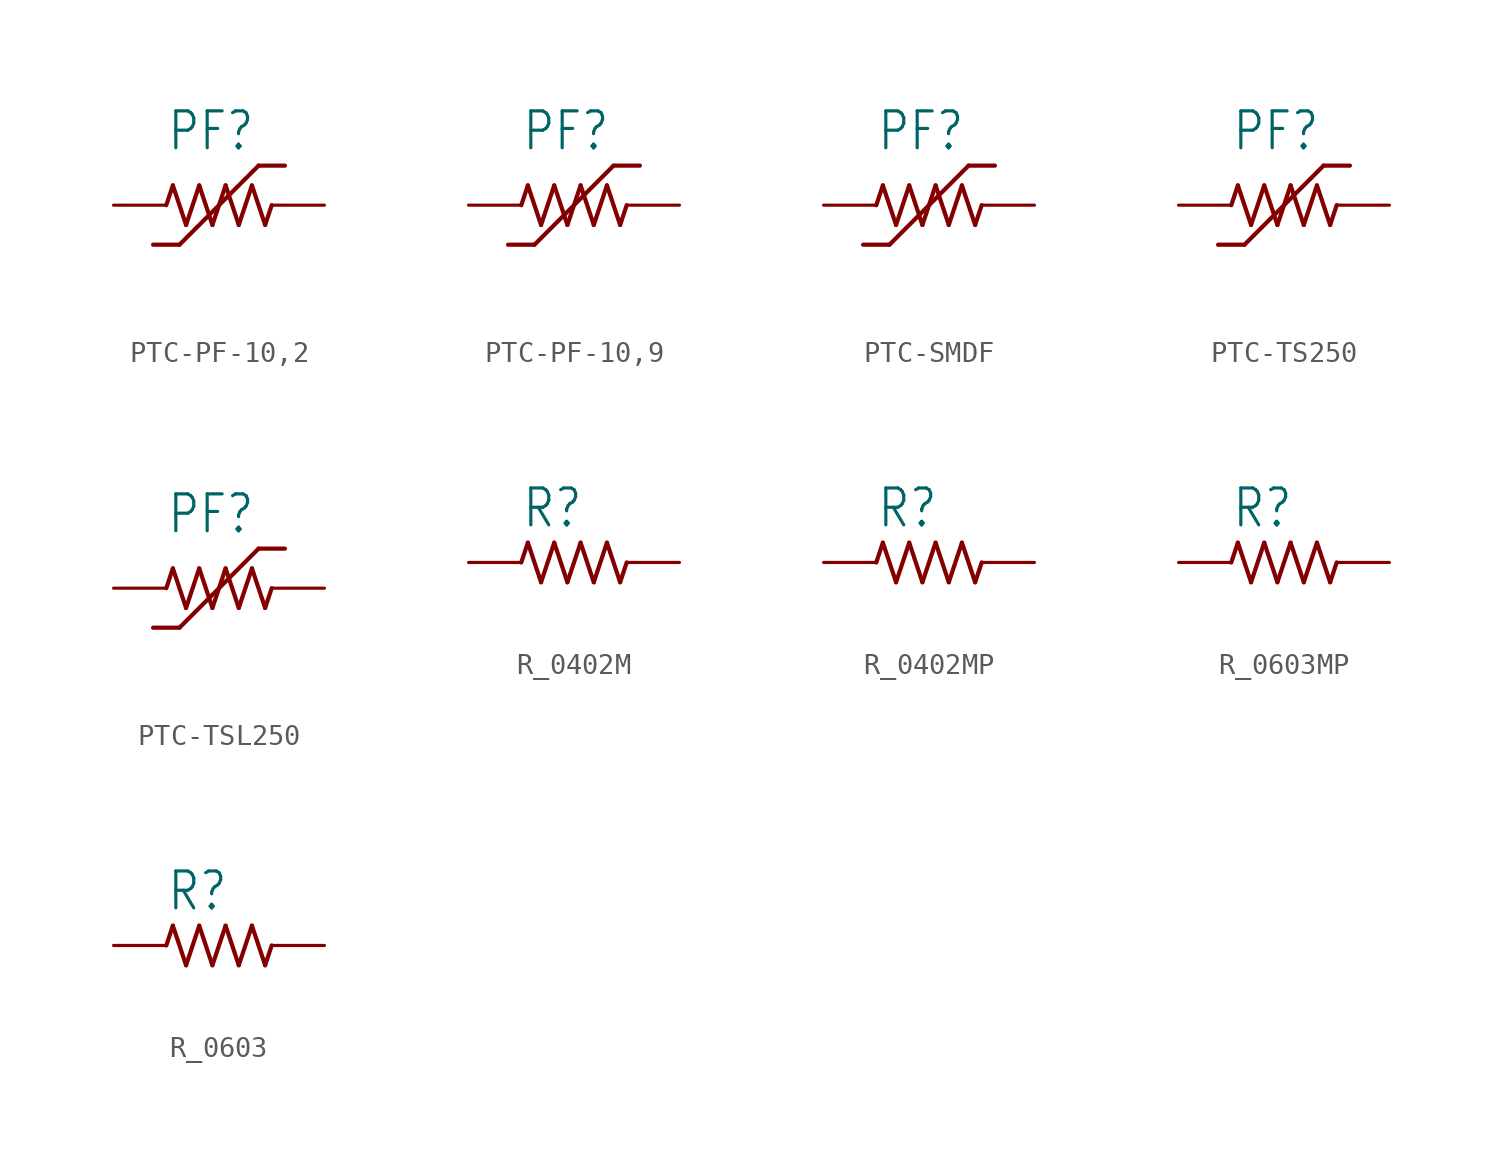
<source format=kicad_sym>
(kicad_symbol_lib
  (version 20231120)
  (generator "kicad_symbol_editor")
  (generator_version "8.0")
  (symbol "PTC-PF-10,2"
    (property "Reference" "PF"
      (at -2.54 2.54 0)
      (effects (font (size 1.778 1.511)) (justify left bottom)))
    (property "Value" ""
      (at -5.08 -5.08 0)
      (effects (font (size 1.778 1.511)) (justify left bottom)))
    (property "ki_locked" ""
      (at 0 0 0)
      (effects (font (size 1.27 1.27))))
    (symbol "PTC-PF-10,2_1_0"
      (polyline (pts (xy -2.54 0) (xy -2.223 0.953)) (stroke (width 0.203) (type solid)) (fill (type none)))
      (polyline (pts (xy -2.223 0.953) (xy -1.587 -0.953)) (stroke (width 0.203) (type solid)) (fill (type none)))
      (polyline (pts (xy -1.905 -1.905) (xy -3.175 -1.905)) (stroke (width 0.203) (type solid)) (fill (type none)))
      (polyline (pts (xy -1.587 -0.953) (xy -0.953 0.953)) (stroke (width 0.203) (type solid)) (fill (type none)))
      (polyline (pts (xy -0.953 0.953) (xy -0.318 -0.953)) (stroke (width 0.203) (type solid)) (fill (type none)))
      (polyline (pts (xy -0.318 -0.953) (xy 0.318 0.953)) (stroke (width 0.203) (type solid)) (fill (type none)))
      (polyline (pts (xy 0.318 0.953) (xy 0.953 -0.953)) (stroke (width 0.203) (type solid)) (fill (type none)))
      (polyline (pts (xy 0.953 -0.953) (xy 1.587 0.953)) (stroke (width 0.203) (type solid)) (fill (type none)))
      (polyline (pts (xy 1.587 0.953) (xy 2.223 -0.953)) (stroke (width 0.203) (type solid)) (fill (type none)))
      (polyline (pts (xy 1.905 1.905) (xy -1.905 -1.905)) (stroke (width 0.203) (type solid)) (fill (type none)))
      (polyline (pts (xy 2.223 -0.953) (xy 2.54 0)) (stroke (width 0.203) (type solid)) (fill (type none)))
      (polyline (pts (xy 3.175 1.905) (xy 1.905 1.905)) (stroke (width 0.203) (type solid)) (fill (type none)))
      (pin passive line (at -5.08 0 0) (length 2.54) (name "1" (effects (font (size 0 0)))) (number "1" (effects (font (size 0 0)))))
      (pin passive line (at 5.08 0 180) (length 2.54) (name "2" (effects (font (size 0 0)))) (number "2" (effects (font (size 0 0)))))))
  (symbol "PTC-PF-10,9"
    (property "Reference" "PF"
      (at -2.54 2.54 0)
      (effects (font (size 1.778 1.511)) (justify left bottom)))
    (property "Value" ""
      (at -5.08 -5.08 0)
      (effects (font (size 1.778 1.511)) (justify left bottom)))
    (property "ki_locked" ""
      (at 0 0 0)
      (effects (font (size 1.27 1.27))))
    (symbol "PTC-PF-10,9_1_0"
      (polyline (pts (xy -2.54 0) (xy -2.223 0.953)) (stroke (width 0.203) (type solid)) (fill (type none)))
      (polyline (pts (xy -2.223 0.953) (xy -1.587 -0.953)) (stroke (width 0.203) (type solid)) (fill (type none)))
      (polyline (pts (xy -1.905 -1.905) (xy -3.175 -1.905)) (stroke (width 0.203) (type solid)) (fill (type none)))
      (polyline (pts (xy -1.587 -0.953) (xy -0.953 0.953)) (stroke (width 0.203) (type solid)) (fill (type none)))
      (polyline (pts (xy -0.953 0.953) (xy -0.318 -0.953)) (stroke (width 0.203) (type solid)) (fill (type none)))
      (polyline (pts (xy -0.318 -0.953) (xy 0.318 0.953)) (stroke (width 0.203) (type solid)) (fill (type none)))
      (polyline (pts (xy 0.318 0.953) (xy 0.953 -0.953)) (stroke (width 0.203) (type solid)) (fill (type none)))
      (polyline (pts (xy 0.953 -0.953) (xy 1.587 0.953)) (stroke (width 0.203) (type solid)) (fill (type none)))
      (polyline (pts (xy 1.587 0.953) (xy 2.223 -0.953)) (stroke (width 0.203) (type solid)) (fill (type none)))
      (polyline (pts (xy 1.905 1.905) (xy -1.905 -1.905)) (stroke (width 0.203) (type solid)) (fill (type none)))
      (polyline (pts (xy 2.223 -0.953) (xy 2.54 0)) (stroke (width 0.203) (type solid)) (fill (type none)))
      (polyline (pts (xy 3.175 1.905) (xy 1.905 1.905)) (stroke (width 0.203) (type solid)) (fill (type none)))
      (pin passive line (at -5.08 0 0) (length 2.54) (name "1" (effects (font (size 0 0)))) (number "1" (effects (font (size 0 0)))))
      (pin passive line (at 5.08 0 180) (length 2.54) (name "2" (effects (font (size 0 0)))) (number "2" (effects (font (size 0 0)))))))
  (symbol "PTC-SMDF"
    (property "Reference" "PF"
      (at -2.54 2.54 0)
      (effects (font (size 1.778 1.511)) (justify left bottom)))
    (property "Value" ""
      (at -5.08 -5.08 0)
      (effects (font (size 1.778 1.511)) (justify left bottom)))
    (property "ki_locked" ""
      (at 0 0 0)
      (effects (font (size 1.27 1.27))))
    (symbol "PTC-SMDF_1_0"
      (polyline (pts (xy -2.54 0) (xy -2.223 0.953)) (stroke (width 0.203) (type solid)) (fill (type none)))
      (polyline (pts (xy -2.223 0.953) (xy -1.587 -0.953)) (stroke (width 0.203) (type solid)) (fill (type none)))
      (polyline (pts (xy -1.905 -1.905) (xy -3.175 -1.905)) (stroke (width 0.203) (type solid)) (fill (type none)))
      (polyline (pts (xy -1.587 -0.953) (xy -0.953 0.953)) (stroke (width 0.203) (type solid)) (fill (type none)))
      (polyline (pts (xy -0.953 0.953) (xy -0.318 -0.953)) (stroke (width 0.203) (type solid)) (fill (type none)))
      (polyline (pts (xy -0.318 -0.953) (xy 0.318 0.953)) (stroke (width 0.203) (type solid)) (fill (type none)))
      (polyline (pts (xy 0.318 0.953) (xy 0.953 -0.953)) (stroke (width 0.203) (type solid)) (fill (type none)))
      (polyline (pts (xy 0.953 -0.953) (xy 1.587 0.953)) (stroke (width 0.203) (type solid)) (fill (type none)))
      (polyline (pts (xy 1.587 0.953) (xy 2.223 -0.953)) (stroke (width 0.203) (type solid)) (fill (type none)))
      (polyline (pts (xy 1.905 1.905) (xy -1.905 -1.905)) (stroke (width 0.203) (type solid)) (fill (type none)))
      (polyline (pts (xy 2.223 -0.953) (xy 2.54 0)) (stroke (width 0.203) (type solid)) (fill (type none)))
      (polyline (pts (xy 3.175 1.905) (xy 1.905 1.905)) (stroke (width 0.203) (type solid)) (fill (type none)))
      (pin passive line (at -5.08 0 0) (length 2.54) (name "1" (effects (font (size 0 0)))) (number "1" (effects (font (size 0 0)))))
      (pin passive line (at 5.08 0 180) (length 2.54) (name "2" (effects (font (size 0 0)))) (number "2" (effects (font (size 0 0)))))))
  (symbol "PTC-TS250"
    (property "Reference" "PF"
      (at -2.54 2.54 0)
      (effects (font (size 1.778 1.511)) (justify left bottom)))
    (property "Value" ""
      (at -5.08 -5.08 0)
      (effects (font (size 1.778 1.511)) (justify left bottom)))
    (property "ki_locked" ""
      (at 0 0 0)
      (effects (font (size 1.27 1.27))))
    (symbol "PTC-TS250_1_0"
      (polyline (pts (xy -2.54 0) (xy -2.223 0.953)) (stroke (width 0.203) (type solid)) (fill (type none)))
      (polyline (pts (xy -2.223 0.953) (xy -1.587 -0.953)) (stroke (width 0.203) (type solid)) (fill (type none)))
      (polyline (pts (xy -1.905 -1.905) (xy -3.175 -1.905)) (stroke (width 0.203) (type solid)) (fill (type none)))
      (polyline (pts (xy -1.587 -0.953) (xy -0.953 0.953)) (stroke (width 0.203) (type solid)) (fill (type none)))
      (polyline (pts (xy -0.953 0.953) (xy -0.318 -0.953)) (stroke (width 0.203) (type solid)) (fill (type none)))
      (polyline (pts (xy -0.318 -0.953) (xy 0.318 0.953)) (stroke (width 0.203) (type solid)) (fill (type none)))
      (polyline (pts (xy 0.318 0.953) (xy 0.953 -0.953)) (stroke (width 0.203) (type solid)) (fill (type none)))
      (polyline (pts (xy 0.953 -0.953) (xy 1.587 0.953)) (stroke (width 0.203) (type solid)) (fill (type none)))
      (polyline (pts (xy 1.587 0.953) (xy 2.223 -0.953)) (stroke (width 0.203) (type solid)) (fill (type none)))
      (polyline (pts (xy 1.905 1.905) (xy -1.905 -1.905)) (stroke (width 0.203) (type solid)) (fill (type none)))
      (polyline (pts (xy 2.223 -0.953) (xy 2.54 0)) (stroke (width 0.203) (type solid)) (fill (type none)))
      (polyline (pts (xy 3.175 1.905) (xy 1.905 1.905)) (stroke (width 0.203) (type solid)) (fill (type none)))
      (pin passive line (at 5.08 0 180) (length 2.54) (name "2" (effects (font (size 0 0)))) (number "1" (effects (font (size 0 0)))))
      (pin passive line (at -5.08 0 0) (length 2.54) (name "1" (effects (font (size 0 0)))) (number "2" (effects (font (size 0 0)))))))
  (symbol "PTC-TSL250"
    (property "Reference" "PF"
      (at -2.54 2.54 0)
      (effects (font (size 1.778 1.511)) (justify left bottom)))
    (property "Value" ""
      (at -5.08 -5.08 0)
      (effects (font (size 1.778 1.511)) (justify left bottom)))
    (property "ki_locked" ""
      (at 0 0 0)
      (effects (font (size 1.27 1.27))))
    (symbol "PTC-TSL250_1_0"
      (polyline (pts (xy -2.54 0) (xy -2.223 0.953)) (stroke (width 0.203) (type solid)) (fill (type none)))
      (polyline (pts (xy -2.223 0.953) (xy -1.587 -0.953)) (stroke (width 0.203) (type solid)) (fill (type none)))
      (polyline (pts (xy -1.905 -1.905) (xy -3.175 -1.905)) (stroke (width 0.203) (type solid)) (fill (type none)))
      (polyline (pts (xy -1.587 -0.953) (xy -0.953 0.953)) (stroke (width 0.203) (type solid)) (fill (type none)))
      (polyline (pts (xy -0.953 0.953) (xy -0.318 -0.953)) (stroke (width 0.203) (type solid)) (fill (type none)))
      (polyline (pts (xy -0.318 -0.953) (xy 0.318 0.953)) (stroke (width 0.203) (type solid)) (fill (type none)))
      (polyline (pts (xy 0.318 0.953) (xy 0.953 -0.953)) (stroke (width 0.203) (type solid)) (fill (type none)))
      (polyline (pts (xy 0.953 -0.953) (xy 1.587 0.953)) (stroke (width 0.203) (type solid)) (fill (type none)))
      (polyline (pts (xy 1.587 0.953) (xy 2.223 -0.953)) (stroke (width 0.203) (type solid)) (fill (type none)))
      (polyline (pts (xy 1.905 1.905) (xy -1.905 -1.905)) (stroke (width 0.203) (type solid)) (fill (type none)))
      (polyline (pts (xy 2.223 -0.953) (xy 2.54 0)) (stroke (width 0.203) (type solid)) (fill (type none)))
      (polyline (pts (xy 3.175 1.905) (xy 1.905 1.905)) (stroke (width 0.203) (type solid)) (fill (type none)))
      (pin passive line (at 5.08 0 180) (length 2.54) (name "2" (effects (font (size 0 0)))) (number "1" (effects (font (size 0 0)))))
      (pin passive line (at -5.08 0 0) (length 2.54) (name "1" (effects (font (size 0 0)))) (number "2" (effects (font (size 0 0)))))))
  (symbol "R_0402M"
    (property "Reference" "R"
      (at -2.54 1.587 0)
      (effects (font (size 1.778 1.511)) (justify left bottom)))
    (property "Value" ""
      (at -2.54 -3.175 0)
      (effects (font (size 1.778 1.511)) (justify left bottom)))
    (property "ki_locked" ""
      (at 0 0 0)
      (effects (font (size 1.27 1.27))))
    (symbol "R_0402M_1_0"
      (polyline (pts (xy -2.54 0) (xy -2.223 0.953)) (stroke (width 0.203) (type solid)) (fill (type none)))
      (polyline (pts (xy -2.223 0.953) (xy -1.587 -0.953)) (stroke (width 0.203) (type solid)) (fill (type none)))
      (polyline (pts (xy -1.587 -0.953) (xy -0.953 0.953)) (stroke (width 0.203) (type solid)) (fill (type none)))
      (polyline (pts (xy -0.953 0.953) (xy -0.318 -0.953)) (stroke (width 0.203) (type solid)) (fill (type none)))
      (polyline (pts (xy -0.318 -0.953) (xy 0.318 0.953)) (stroke (width 0.203) (type solid)) (fill (type none)))
      (polyline (pts (xy 0.318 0.953) (xy 0.953 -0.953)) (stroke (width 0.203) (type solid)) (fill (type none)))
      (polyline (pts (xy 0.953 -0.953) (xy 1.587 0.953)) (stroke (width 0.203) (type solid)) (fill (type none)))
      (polyline (pts (xy 1.587 0.953) (xy 2.223 -0.953)) (stroke (width 0.203) (type solid)) (fill (type none)))
      (polyline (pts (xy 2.223 -0.953) (xy 2.54 0)) (stroke (width 0.203) (type solid)) (fill (type none)))
      (pin passive line (at -5.08 0 0) (length 2.54) (name "1" (effects (font (size 0 0)))) (number "1" (effects (font (size 0 0)))))
      (pin passive line (at 5.08 0 180) (length 2.54) (name "2" (effects (font (size 0 0)))) (number "2" (effects (font (size 0 0)))))))
  (symbol "R_0402MP"
    (property "Reference" "R"
      (at -2.54 1.587 0)
      (effects (font (size 1.778 1.511)) (justify left bottom)))
    (property "Value" ""
      (at -2.54 -3.175 0)
      (effects (font (size 1.778 1.511)) (justify left bottom)))
    (property "ki_locked" ""
      (at 0 0 0)
      (effects (font (size 1.27 1.27))))
    (symbol "R_0402MP_1_0"
      (polyline (pts (xy -2.54 0) (xy -2.223 0.953)) (stroke (width 0.203) (type solid)) (fill (type none)))
      (polyline (pts (xy -2.223 0.953) (xy -1.587 -0.953)) (stroke (width 0.203) (type solid)) (fill (type none)))
      (polyline (pts (xy -1.587 -0.953) (xy -0.953 0.953)) (stroke (width 0.203) (type solid)) (fill (type none)))
      (polyline (pts (xy -0.953 0.953) (xy -0.318 -0.953)) (stroke (width 0.203) (type solid)) (fill (type none)))
      (polyline (pts (xy -0.318 -0.953) (xy 0.318 0.953)) (stroke (width 0.203) (type solid)) (fill (type none)))
      (polyline (pts (xy 0.318 0.953) (xy 0.953 -0.953)) (stroke (width 0.203) (type solid)) (fill (type none)))
      (polyline (pts (xy 0.953 -0.953) (xy 1.587 0.953)) (stroke (width 0.203) (type solid)) (fill (type none)))
      (polyline (pts (xy 1.587 0.953) (xy 2.223 -0.953)) (stroke (width 0.203) (type solid)) (fill (type none)))
      (polyline (pts (xy 2.223 -0.953) (xy 2.54 0)) (stroke (width 0.203) (type solid)) (fill (type none)))
      (pin passive line (at -5.08 0 0) (length 2.54) (name "1" (effects (font (size 0 0)))) (number "1" (effects (font (size 0 0)))))
      (pin passive line (at 5.08 0 180) (length 2.54) (name "2" (effects (font (size 0 0)))) (number "2" (effects (font (size 0 0)))))))
  (symbol "R_0603MP"
    (property "Reference" "R"
      (at -2.54 1.587 0)
      (effects (font (size 1.778 1.511)) (justify left bottom)))
    (property "Value" ""
      (at -2.54 -3.175 0)
      (effects (font (size 1.778 1.511)) (justify left bottom)))
    (property "ki_locked" ""
      (at 0 0 0)
      (effects (font (size 1.27 1.27))))
    (symbol "R_0603MP_1_0"
      (polyline (pts (xy -2.54 0) (xy -2.223 0.953)) (stroke (width 0.203) (type solid)) (fill (type none)))
      (polyline (pts (xy -2.223 0.953) (xy -1.587 -0.953)) (stroke (width 0.203) (type solid)) (fill (type none)))
      (polyline (pts (xy -1.587 -0.953) (xy -0.953 0.953)) (stroke (width 0.203) (type solid)) (fill (type none)))
      (polyline (pts (xy -0.953 0.953) (xy -0.318 -0.953)) (stroke (width 0.203) (type solid)) (fill (type none)))
      (polyline (pts (xy -0.318 -0.953) (xy 0.318 0.953)) (stroke (width 0.203) (type solid)) (fill (type none)))
      (polyline (pts (xy 0.318 0.953) (xy 0.953 -0.953)) (stroke (width 0.203) (type solid)) (fill (type none)))
      (polyline (pts (xy 0.953 -0.953) (xy 1.587 0.953)) (stroke (width 0.203) (type solid)) (fill (type none)))
      (polyline (pts (xy 1.587 0.953) (xy 2.223 -0.953)) (stroke (width 0.203) (type solid)) (fill (type none)))
      (polyline (pts (xy 2.223 -0.953) (xy 2.54 0)) (stroke (width 0.203) (type solid)) (fill (type none)))
      (pin passive line (at -5.08 0 0) (length 2.54) (name "1" (effects (font (size 0 0)))) (number "1" (effects (font (size 0 0)))))
      (pin passive line (at 5.08 0 180) (length 2.54) (name "2" (effects (font (size 0 0)))) (number "2" (effects (font (size 0 0)))))))
  (symbol "R_0603"
    (property "Reference" "R"
      (at -2.54 1.587 0)
      (effects (font (size 1.778 1.511)) (justify left bottom)))
    (property "Value" ""
      (at -2.54 -3.175 0)
      (effects (font (size 1.778 1.511)) (justify left bottom)))
    (property "ki_locked" ""
      (at 0 0 0)
      (effects (font (size 1.27 1.27))))
    (symbol "R_0603_1_0"
      (polyline (pts (xy -2.54 0) (xy -2.223 0.953)) (stroke (width 0.203) (type solid)) (fill (type none)))
      (polyline (pts (xy -2.223 0.953) (xy -1.587 -0.953)) (stroke (width 0.203) (type solid)) (fill (type none)))
      (polyline (pts (xy -1.587 -0.953) (xy -0.953 0.953)) (stroke (width 0.203) (type solid)) (fill (type none)))
      (polyline (pts (xy -0.953 0.953) (xy -0.318 -0.953)) (stroke (width 0.203) (type solid)) (fill (type none)))
      (polyline (pts (xy -0.318 -0.953) (xy 0.318 0.953)) (stroke (width 0.203) (type solid)) (fill (type none)))
      (polyline (pts (xy 0.318 0.953) (xy 0.953 -0.953)) (stroke (width 0.203) (type solid)) (fill (type none)))
      (polyline (pts (xy 0.953 -0.953) (xy 1.587 0.953)) (stroke (width 0.203) (type solid)) (fill (type none)))
      (polyline (pts (xy 1.587 0.953) (xy 2.223 -0.953)) (stroke (width 0.203) (type solid)) (fill (type none)))
      (polyline (pts (xy 2.223 -0.953) (xy 2.54 0)) (stroke (width 0.203) (type solid)) (fill (type none)))
      (pin passive line (at -5.08 0 0) (length 2.54) (name "1" (effects (font (size 0 0)))) (number "1" (effects (font (size 0 0)))))
      (pin passive line (at 5.08 0 180) (length 2.54) (name "2" (effects (font (size 0 0)))) (number "2" (effects (font (size 0 0))))))))
</source>
